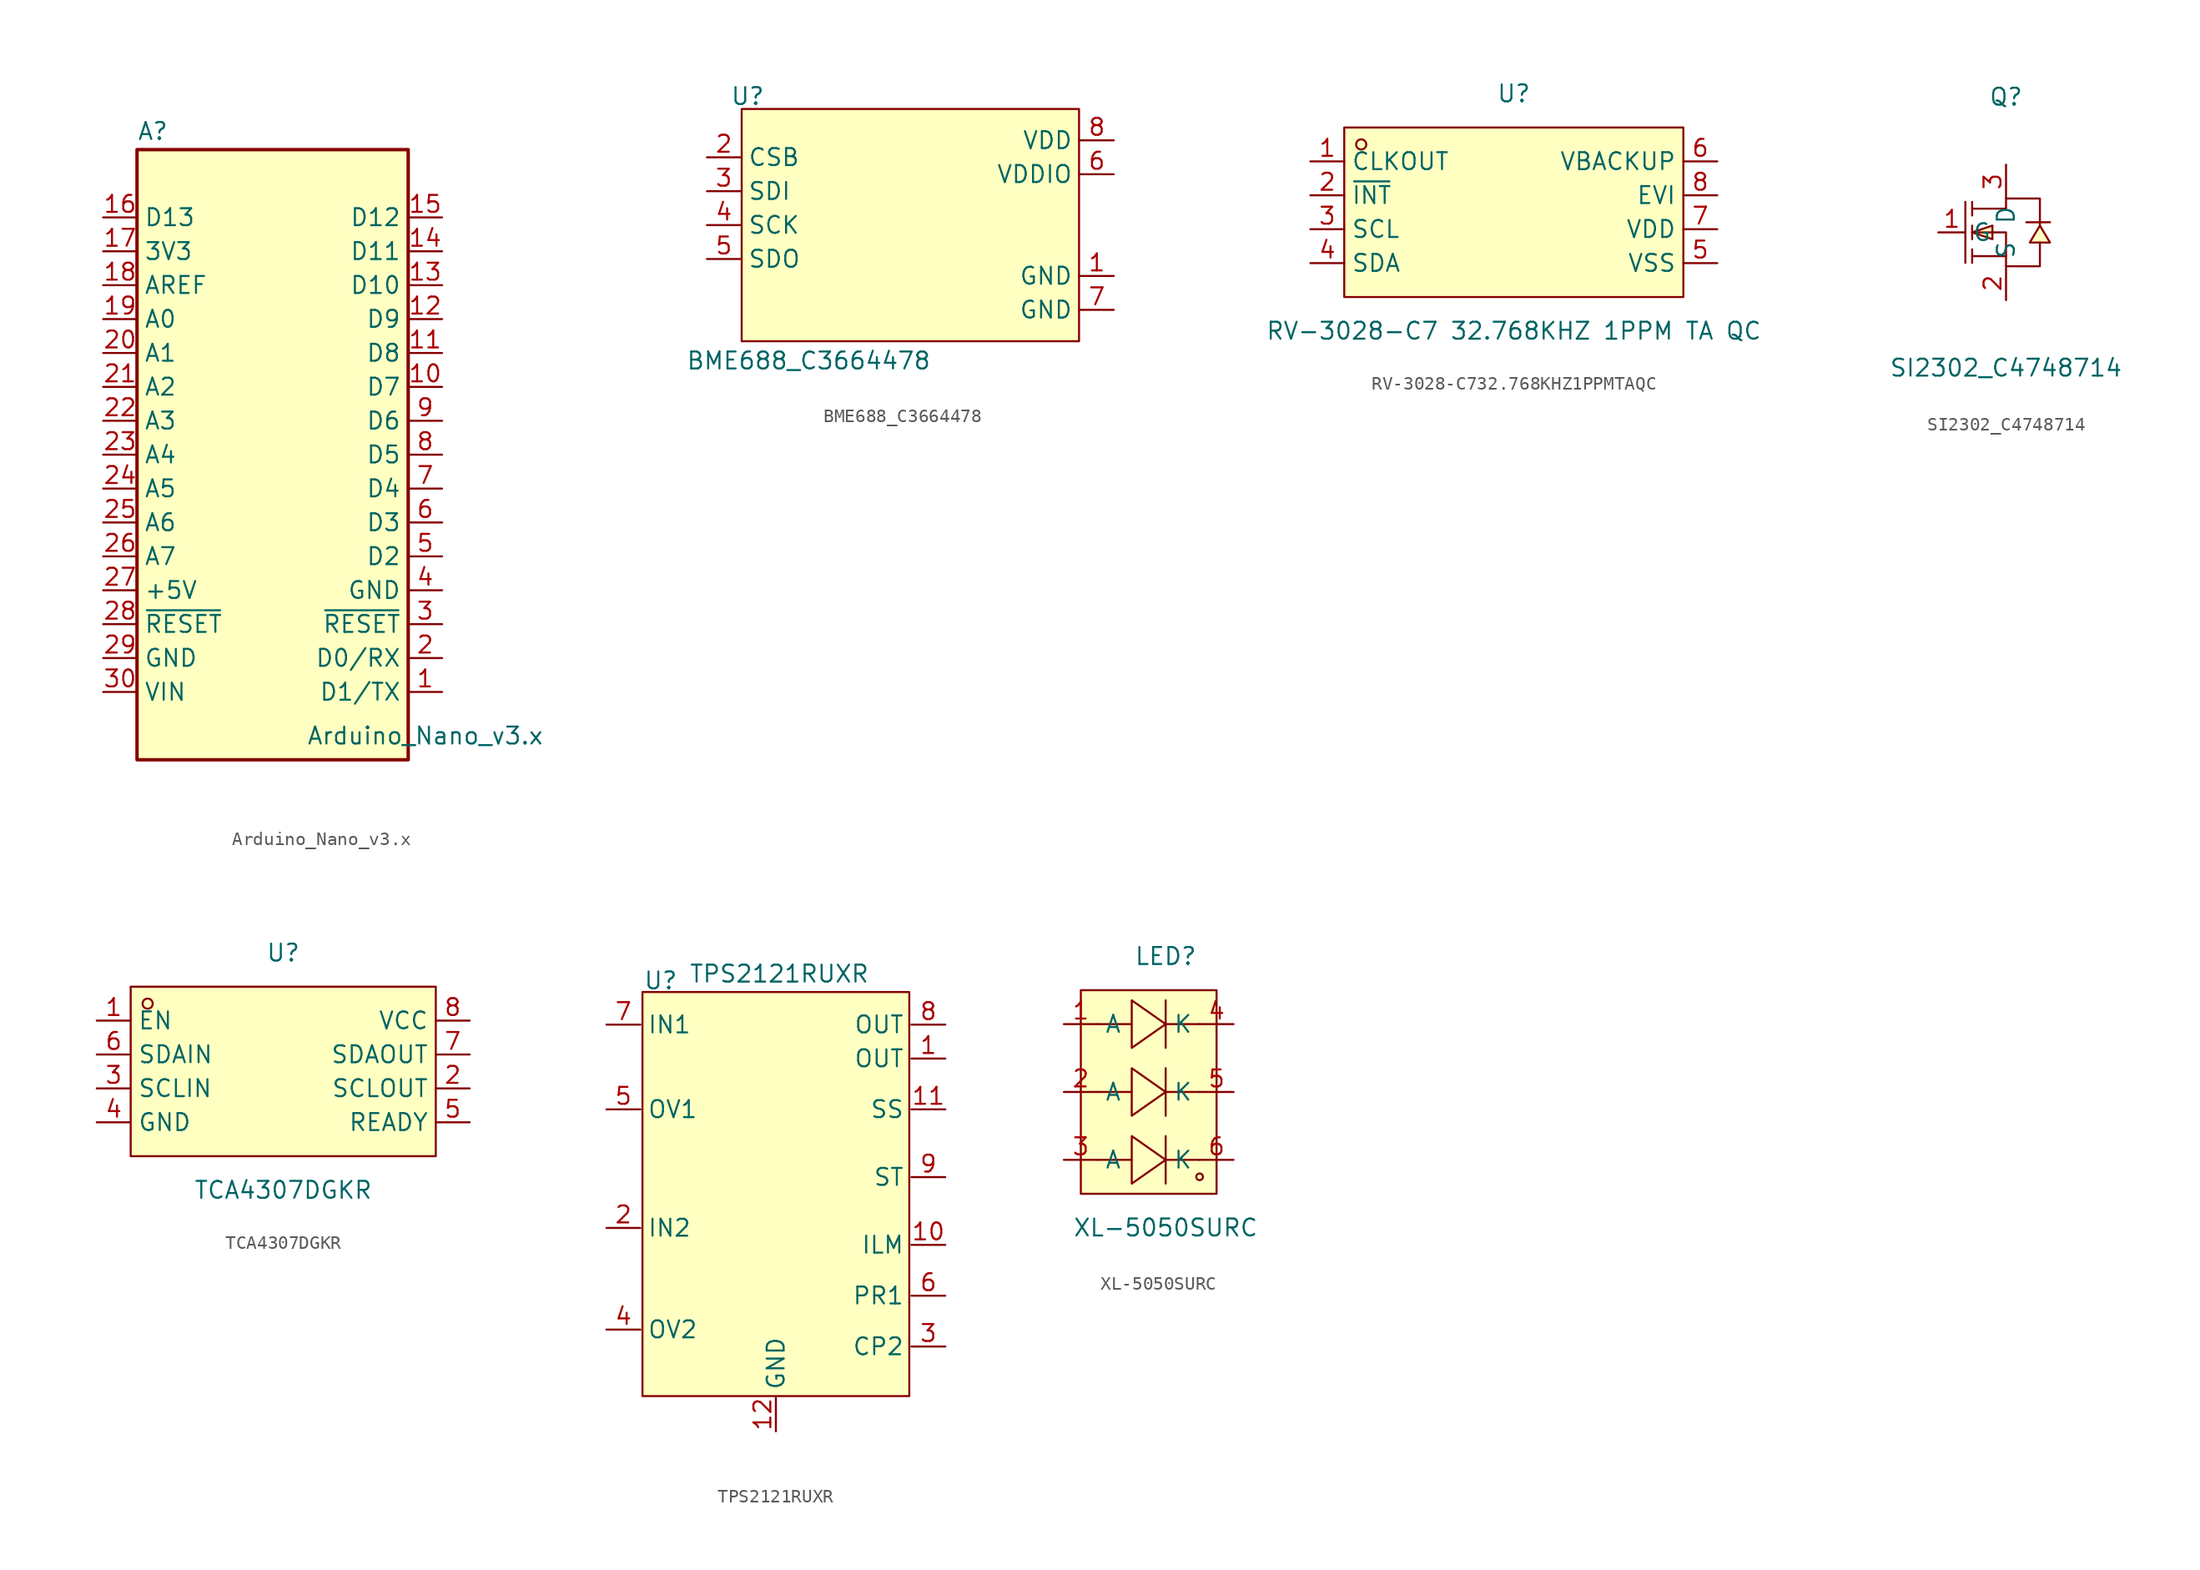
<source format=kicad_sym>
(kicad_symbol_lib
  (version 20241209)
  (generator "kicad_symbol_editor")
  (generator_version "9.0")
  (symbol "Arduino_Nano_v3.x"
    (property "Reference" "A"
      (at -10.16 23.495 0)
      (effects (font (size 1.27 1.27)) (justify left bottom)))
    (property "Value" "Arduino_Nano_v3.x"
      (at 2.54 -20.32 0)
      (effects (font (size 1.27 1.27)) (justify left top)))
    (symbol "Arduino_Nano_v3.x_0_1"
      (rectangle (start -10.16 22.86) (end 10.16 -22.86) (stroke (width 0.254) (type default)) (fill (type background))))
    (symbol "Arduino_Nano_v3.x_1_1"
      (pin bidirectional line (at -12.7 17.78 0) (length 2.54) (name "D13" (effects (font (size 1.27 1.27)))) (number "16" (effects (font (size 1.27 1.27)))))
      (pin power_out line (at -12.7 15.24 0) (length 2.54) (name "3V3" (effects (font (size 1.27 1.27)))) (number "17" (effects (font (size 1.27 1.27)))))
      (pin input line (at -12.7 12.7 0) (length 2.54) (name "AREF" (effects (font (size 1.27 1.27)))) (number "18" (effects (font (size 1.27 1.27)))))
      (pin bidirectional line (at -12.7 10.16 0) (length 2.54) (name "A0" (effects (font (size 1.27 1.27)))) (number "19" (effects (font (size 1.27 1.27)))))
      (pin bidirectional line (at -12.7 7.62 0) (length 2.54) (name "A1" (effects (font (size 1.27 1.27)))) (number "20" (effects (font (size 1.27 1.27)))))
      (pin bidirectional line (at -12.7 5.08 0) (length 2.54) (name "A2" (effects (font (size 1.27 1.27)))) (number "21" (effects (font (size 1.27 1.27)))))
      (pin bidirectional line (at -12.7 2.54 0) (length 2.54) (name "A3" (effects (font (size 1.27 1.27)))) (number "22" (effects (font (size 1.27 1.27)))))
      (pin bidirectional line (at -12.7 0 0) (length 2.54) (name "A4" (effects (font (size 1.27 1.27)))) (number "23" (effects (font (size 1.27 1.27)))))
      (pin bidirectional line (at -12.7 -2.54 0) (length 2.54) (name "A5" (effects (font (size 1.27 1.27)))) (number "24" (effects (font (size 1.27 1.27)))))
      (pin bidirectional line (at -12.7 -5.08 0) (length 2.54) (name "A6" (effects (font (size 1.27 1.27)))) (number "25" (effects (font (size 1.27 1.27)))))
      (pin bidirectional line (at -12.7 -7.62 0) (length 2.54) (name "A7" (effects (font (size 1.27 1.27)))) (number "26" (effects (font (size 1.27 1.27)))))
      (pin power_out line (at -12.7 -10.16 0) (length 2.54) (name "+5V" (effects (font (size 1.27 1.27)))) (number "27" (effects (font (size 1.27 1.27)))))
      (pin input line (at -12.7 -12.7 0) (length 2.54) (name "~{RESET}" (effects (font (size 1.27 1.27)))) (number "28" (effects (font (size 1.27 1.27)))))
      (pin power_in line (at -12.7 -15.24 0) (length 2.54) (name "GND" (effects (font (size 1.27 1.27)))) (number "29" (effects (font (size 1.27 1.27)))))
      (pin power_in line (at -12.7 -17.78 0) (length 2.54) (name "VIN" (effects (font (size 1.27 1.27)))) (number "30" (effects (font (size 1.27 1.27)))))
      (pin bidirectional line (at 12.7 17.78 180) (length 2.54) (name "D12" (effects (font (size 1.27 1.27)))) (number "15" (effects (font (size 1.27 1.27)))))
      (pin bidirectional line (at 12.7 15.24 180) (length 2.54) (name "D11" (effects (font (size 1.27 1.27)))) (number "14" (effects (font (size 1.27 1.27)))))
      (pin bidirectional line (at 12.7 12.7 180) (length 2.54) (name "D10" (effects (font (size 1.27 1.27)))) (number "13" (effects (font (size 1.27 1.27)))))
      (pin bidirectional line (at 12.7 10.16 180) (length 2.54) (name "D9" (effects (font (size 1.27 1.27)))) (number "12" (effects (font (size 1.27 1.27)))))
      (pin bidirectional line (at 12.7 7.62 180) (length 2.54) (name "D8" (effects (font (size 1.27 1.27)))) (number "11" (effects (font (size 1.27 1.27)))))
      (pin bidirectional line (at 12.7 5.08 180) (length 2.54) (name "D7" (effects (font (size 1.27 1.27)))) (number "10" (effects (font (size 1.27 1.27)))))
      (pin bidirectional line (at 12.7 2.54 180) (length 2.54) (name "D6" (effects (font (size 1.27 1.27)))) (number "9" (effects (font (size 1.27 1.27)))))
      (pin bidirectional line (at 12.7 0 180) (length 2.54) (name "D5" (effects (font (size 1.27 1.27)))) (number "8" (effects (font (size 1.27 1.27)))))
      (pin bidirectional line (at 12.7 -2.54 180) (length 2.54) (name "D4" (effects (font (size 1.27 1.27)))) (number "7" (effects (font (size 1.27 1.27)))))
      (pin bidirectional line (at 12.7 -5.08 180) (length 2.54) (name "D3" (effects (font (size 1.27 1.27)))) (number "6" (effects (font (size 1.27 1.27)))))
      (pin bidirectional line (at 12.7 -7.62 180) (length 2.54) (name "D2" (effects (font (size 1.27 1.27)))) (number "5" (effects (font (size 1.27 1.27)))))
      (pin power_in line (at 12.7 -10.16 180) (length 2.54) (name "GND" (effects (font (size 1.27 1.27)))) (number "4" (effects (font (size 1.27 1.27)))))
      (pin input line (at 12.7 -12.7 180) (length 2.54) (name "~{RESET}" (effects (font (size 1.27 1.27)))) (number "3" (effects (font (size 1.27 1.27)))))
      (pin bidirectional line (at 12.7 -15.24 180) (length 2.54) (name "D0/RX" (effects (font (size 1.27 1.27)))) (number "2" (effects (font (size 1.27 1.27)))))
      (pin bidirectional line (at 12.7 -17.78 180) (length 2.54) (name "D1/TX" (effects (font (size 1.27 1.27)))) (number "1" (effects (font (size 1.27 1.27)))))))
  (symbol "BME688_C3664478"
    (property "Reference" "U"
      (at -12.192 9.652 0)
      (effects (font (size 1.27 1.27))))
    (property "Value" "BME688_C3664478"
      (at -7.62 -10.16 0)
      (effects (font (size 1.27 1.27))))
    (symbol "BME688_C3664478_0_1"
      (rectangle (start -12.636 8.7) (end 12.636 -8.7) (stroke (width 0) (type default)) (fill (type background)))
      (pin unspecified line (at -15.24 5.08 0) (length 2.54) (name "CSB" (effects (font (size 1.27 1.27)))) (number "2" (effects (font (size 1.27 1.27)))))
      (pin unspecified line (at -15.24 2.54 0) (length 2.54) (name "SDI" (effects (font (size 1.27 1.27)))) (number "3" (effects (font (size 1.27 1.27)))))
      (pin unspecified line (at -15.24 0 0) (length 2.54) (name "SCK" (effects (font (size 1.27 1.27)))) (number "4" (effects (font (size 1.27 1.27)))))
      (pin unspecified line (at -15.24 -2.54 0) (length 2.54) (name "SDO" (effects (font (size 1.27 1.27)))) (number "5" (effects (font (size 1.27 1.27)))))
      (pin unspecified line (at 15.24 6.35 180) (length 2.54) (name "VDD" (effects (font (size 1.27 1.27)))) (number "8" (effects (font (size 1.27 1.27)))))
      (pin unspecified line (at 15.24 3.81 180) (length 2.54) (name "VDDIO" (effects (font (size 1.27 1.27)))) (number "6" (effects (font (size 1.27 1.27)))))
      (pin unspecified line (at 15.24 -3.81 180) (length 2.54) (name "GND" (effects (font (size 1.27 1.27)))) (number "1" (effects (font (size 1.27 1.27)))))
      (pin unspecified line (at 15.24 -6.35 180) (length 2.54) (name "GND" (effects (font (size 1.27 1.27)))) (number "7" (effects (font (size 1.27 1.27)))))))
  (symbol "RV-3028-C732.768KHZ1PPMTAQC"
    (property "Reference" "U"
      (at 0 8.89 0)
      (effects (font (size 1.27 1.27))))
    (property "Value" "RV-3028-C7 32.768KHZ 1PPM TA QC"
      (at 0 -8.89 0)
      (effects (font (size 1.27 1.27))))
    (symbol "RV-3028-C732.768KHZ1PPMTAQC_0_1"
      (rectangle (start -12.7 6.35) (end 12.7 -6.35) (stroke (width 0) (type default)) (fill (type background)))
      (circle (center -11.43 5.08) (radius 0.38) (stroke (width 0) (type default)) (fill (type none)))
      (pin unspecified line (at -15.24 3.81 0) (length 2.54) (name "CLKOUT" (effects (font (size 1.27 1.27)))) (number "1" (effects (font (size 1.27 1.27)))))
      (pin unspecified line (at -15.24 1.27 0) (length 2.54) (name "~{INT}" (effects (font (size 1.27 1.27)))) (number "2" (effects (font (size 1.27 1.27)))))
      (pin unspecified line (at -15.24 -1.27 0) (length 2.54) (name "SCL" (effects (font (size 1.27 1.27)))) (number "3" (effects (font (size 1.27 1.27)))))
      (pin unspecified line (at -15.24 -3.81 0) (length 2.54) (name "SDA" (effects (font (size 1.27 1.27)))) (number "4" (effects (font (size 1.27 1.27)))))
      (pin unspecified line (at 15.24 3.81 180) (length 2.54) (name "VBACKUP" (effects (font (size 1.27 1.27)))) (number "6" (effects (font (size 1.27 1.27)))))
      (pin unspecified line (at 15.24 1.27 180) (length 2.54) (name "EVI" (effects (font (size 1.27 1.27)))) (number "8" (effects (font (size 1.27 1.27)))))
      (pin unspecified line (at 15.24 -1.27 180) (length 2.54) (name "VDD" (effects (font (size 1.27 1.27)))) (number "7" (effects (font (size 1.27 1.27)))))
      (pin unspecified line (at 15.24 -3.81 180) (length 2.54) (name "VSS" (effects (font (size 1.27 1.27)))) (number "5" (effects (font (size 1.27 1.27)))))))
  (symbol "SI2302_C4748714"
    (property "Reference" "Q"
      (at 0 10.16 0)
      (effects (font (size 1.27 1.27))))
    (property "Value" "SI2302_C4748714"
      (at 0 -10.16 0)
      (effects (font (size 1.27 1.27))))
    (symbol "SI2302_C4748714_0_1"
      (polyline (pts (xy -3.05 2.29) (xy -3.05 -2.29)) (stroke (width 0) (type default)) (fill (type none)))
      (polyline (pts (xy -2.54 2.29) (xy -2.54 1.27)) (stroke (width 0) (type default)) (fill (type none)))
      (polyline (pts (xy -2.54 1.78) (xy 0 1.78) (xy 0 2.54) (xy 2.54 2.54) (xy 2.54 0.51)) (stroke (width 0) (type default)) (fill (type none)))
      (polyline (pts (xy -2.54 0) (xy -1.02 -0.51) (xy -1.02 0.51) (xy -2.54 0)) (stroke (width 0) (type default)) (fill (type background)))
      (polyline (pts (xy -2.54 0) (xy 0 0) (xy 0 -2.54) (xy 2.54 -2.54) (xy 2.54 -0.76)) (stroke (width 0) (type default)) (fill (type none)))
      (polyline (pts (xy -2.54 -0.51) (xy -2.54 0.51)) (stroke (width 0) (type default)) (fill (type none)))
      (polyline (pts (xy -2.54 -2.29) (xy -2.54 -1.27)) (stroke (width 0) (type default)) (fill (type none)))
      (polyline (pts (xy 0 -1.78) (xy -2.54 -1.78)) (stroke (width 0) (type default)) (fill (type none)))
      (polyline (pts (xy 1.52 0.76) (xy 3.3 0.76)) (stroke (width 0) (type default)) (fill (type none)))
      (polyline (pts (xy 2.54 0.51) (xy 1.78 -0.76) (xy 3.3 -0.76) (xy 2.54 0.51)) (stroke (width 0) (type default)) (fill (type background))))
    (symbol "SI2302_C4748714_1_1"
      (pin input line (at -5.08 0 0) (length 2.032) (name "G" (effects (font (size 1.27 1.27)))) (number "1" (effects (font (size 1.27 1.27)))))
      (pin power_in line (at 0 5.08 270) (length 2.54) (name "D" (effects (font (size 1.27 1.27)))) (number "3" (effects (font (size 1.27 1.27)))))
      (pin power_in line (at 0 -5.08 90) (length 2.54) (name "S" (effects (font (size 1.27 1.27)))) (number "2" (effects (font (size 1.27 1.27)))))))
  (symbol "TCA4307DGKR"
    (property "Reference" "U"
      (at 0 8.89 0)
      (effects (font (size 1.27 1.27))))
    (property "Value" "TCA4307DGKR"
      (at 0 -8.89 0)
      (effects (font (size 1.27 1.27))))
    (symbol "TCA4307DGKR_0_1"
      (rectangle (start -11.43 6.35) (end 11.43 -6.35) (stroke (width 0) (type default)) (fill (type background)))
      (circle (center -10.16 5.08) (radius 0.38) (stroke (width 0) (type default)) (fill (type none)))
      (pin unspecified line (at -13.97 3.81 0) (length 2.54) (name "EN" (effects (font (size 1.27 1.27)))) (number "1" (effects (font (size 1.27 1.27)))))
      (pin unspecified line (at -13.97 1.27 0) (length 2.54) (name "SDAIN" (effects (font (size 1.27 1.27)))) (number "6" (effects (font (size 1.27 1.27)))))
      (pin unspecified line (at -13.97 -1.27 0) (length 2.54) (name "SCLIN" (effects (font (size 1.27 1.27)))) (number "3" (effects (font (size 1.27 1.27)))))
      (pin unspecified line (at -13.97 -3.81 0) (length 2.54) (name "GND" (effects (font (size 1.27 1.27)))) (number "4" (effects (font (size 1.27 1.27)))))
      (pin unspecified line (at 13.97 3.81 180) (length 2.54) (name "VCC" (effects (font (size 1.27 1.27)))) (number "8" (effects (font (size 1.27 1.27)))))
      (pin unspecified line (at 13.97 1.27 180) (length 2.54) (name "SDAOUT" (effects (font (size 1.27 1.27)))) (number "7" (effects (font (size 1.27 1.27)))))
      (pin unspecified line (at 13.97 -1.27 180) (length 2.54) (name "SCLOUT" (effects (font (size 1.27 1.27)))) (number "2" (effects (font (size 1.27 1.27)))))
      (pin unspecified line (at 13.97 -3.81 180) (length 2.54) (name "READY" (effects (font (size 1.27 1.27)))) (number "5" (effects (font (size 1.27 1.27)))))))
  (symbol "TPS2121RUXR"
    (property "Reference" "U"
      (at -8.636 16.002 0)
      (effects (font (size 1.27 1.27))))
    (property "Value" "TPS2121RUXR"
      (at 0.254 16.51 0)
      (effects (font (size 1.27 1.27))))
    (symbol "TPS2121RUXR_0_1"
      (rectangle (start -10.001 15.145) (end 10.001 -15.145) (stroke (width 0) (type default)) (fill (type background)))
      (pin unspecified line (at -12.7 12.7 0) (length 2.54) (name "IN1" (effects (font (size 1.27 1.27)))) (number "7" (effects (font (size 1.27 1.27)))))
      (pin unspecified line (at -12.7 6.35 0) (length 2.54) (name "OV1" (effects (font (size 1.27 1.27)))) (number "5" (effects (font (size 1.27 1.27)))))
      (pin unspecified line (at -12.7 -2.54 0) (length 2.54) (name "IN2" (effects (font (size 1.27 1.27)))) (number "2" (effects (font (size 1.27 1.27)))))
      (pin unspecified line (at -12.7 -10.16 0) (length 2.54) (name "OV2" (effects (font (size 1.27 1.27)))) (number "4" (effects (font (size 1.27 1.27)))))
      (pin unspecified line (at 0 -17.78 90) (length 2.54) (name "GND" (effects (font (size 1.27 1.27)))) (number "12" (effects (font (size 1.27 1.27)))))
      (pin unspecified line (at 12.7 12.7 180) (length 2.54) (name "OUT" (effects (font (size 1.27 1.27)))) (number "8" (effects (font (size 1.27 1.27)))))
      (pin unspecified line (at 12.7 10.16 180) (length 2.54) (name "OUT" (effects (font (size 1.27 1.27)))) (number "1" (effects (font (size 1.27 1.27)))))
      (pin unspecified line (at 12.7 6.35 180) (length 2.54) (name "SS" (effects (font (size 1.27 1.27)))) (number "11" (effects (font (size 1.27 1.27)))))
      (pin unspecified line (at 12.7 1.27 180) (length 2.54) (name "ST" (effects (font (size 1.27 1.27)))) (number "9" (effects (font (size 1.27 1.27)))))
      (pin unspecified line (at 12.7 -3.81 180) (length 2.54) (name "ILM" (effects (font (size 1.27 1.27)))) (number "10" (effects (font (size 1.27 1.27)))))
      (pin unspecified line (at 12.7 -7.62 180) (length 2.54) (name "PR1" (effects (font (size 1.27 1.27)))) (number "6" (effects (font (size 1.27 1.27)))))
      (pin unspecified line (at 12.7 -11.43 180) (length 2.54) (name "CP2" (effects (font (size 1.27 1.27)))) (number "3" (effects (font (size 1.27 1.27)))))))
  (symbol "XL-5050SURC"
    (property "Reference" "LED"
      (at 0 10.16 0)
      (effects (font (size 1.27 1.27))))
    (property "Value" "XL-5050SURC"
      (at 0 -10.16 0)
      (effects (font (size 1.27 1.27))))
    (symbol "XL-5050SURC_0_1"
      (rectangle (start -6.35 7.62) (end 3.81 -7.62) (stroke (width 0) (type default)) (fill (type background)))
      (polyline (pts (xy -5.08 5.08) (xy -2.54 5.08)) (stroke (width 0) (type default)) (fill (type none)))
      (polyline (pts (xy -5.08 0) (xy -2.54 0)) (stroke (width 0) (type default)) (fill (type none)))
      (polyline (pts (xy -5.08 -5.08) (xy -2.54 -5.08)) (stroke (width 0) (type default)) (fill (type none)))
      (polyline (pts (xy -2.54 3.3) (xy 0 5.08) (xy -2.54 6.86) (xy -2.54 3.3)) (stroke (width 0) (type default)) (fill (type background)))
      (polyline (pts (xy -2.54 -1.78) (xy 0 0) (xy -2.54 1.78) (xy -2.54 -1.78)) (stroke (width 0) (type default)) (fill (type background)))
      (polyline (pts (xy -2.54 -6.86) (xy 0 -5.08) (xy -2.54 -3.3) (xy -2.54 -6.86)) (stroke (width 0) (type default)) (fill (type background)))
      (polyline (pts (xy 0 5.08) (xy 2.54 5.08)) (stroke (width 0) (type default)) (fill (type none)))
      (polyline (pts (xy 0 3.3) (xy 0 6.86)) (stroke (width 0) (type default)) (fill (type none)))
      (polyline (pts (xy 0 0) (xy 2.54 0)) (stroke (width 0) (type default)) (fill (type none)))
      (polyline (pts (xy 0 -1.78) (xy 0 1.78)) (stroke (width 0) (type default)) (fill (type none)))
      (polyline (pts (xy 0 -5.08) (xy 2.54 -5.08)) (stroke (width 0) (type default)) (fill (type none)))
      (polyline (pts (xy 0 -6.86) (xy 0 -3.3)) (stroke (width 0) (type default)) (fill (type none)))
      (circle (center 2.54 -6.35) (radius 0.25) (stroke (width 0) (type default)) (fill (type none)))
      (pin unspecified line (at -7.62 5.08 0) (length 2.54) (name "A" (effects (font (size 1.27 1.27)))) (number "1" (effects (font (size 1.27 1.27)))))
      (pin unspecified line (at -7.62 0 0) (length 2.54) (name "A" (effects (font (size 1.27 1.27)))) (number "2" (effects (font (size 1.27 1.27)))))
      (pin unspecified line (at -7.62 -5.08 0) (length 2.54) (name "A" (effects (font (size 1.27 1.27)))) (number "3" (effects (font (size 1.27 1.27)))))
      (pin unspecified line (at 5.08 5.08 180) (length 2.54) (name "K" (effects (font (size 1.27 1.27)))) (number "4" (effects (font (size 1.27 1.27)))))
      (pin unspecified line (at 5.08 0 180) (length 2.54) (name "K" (effects (font (size 1.27 1.27)))) (number "5" (effects (font (size 1.27 1.27)))))
      (pin unspecified line (at 5.08 -5.08 180) (length 2.54) (name "K" (effects (font (size 1.27 1.27)))) (number "6" (effects (font (size 1.27 1.27))))))))
</source>
